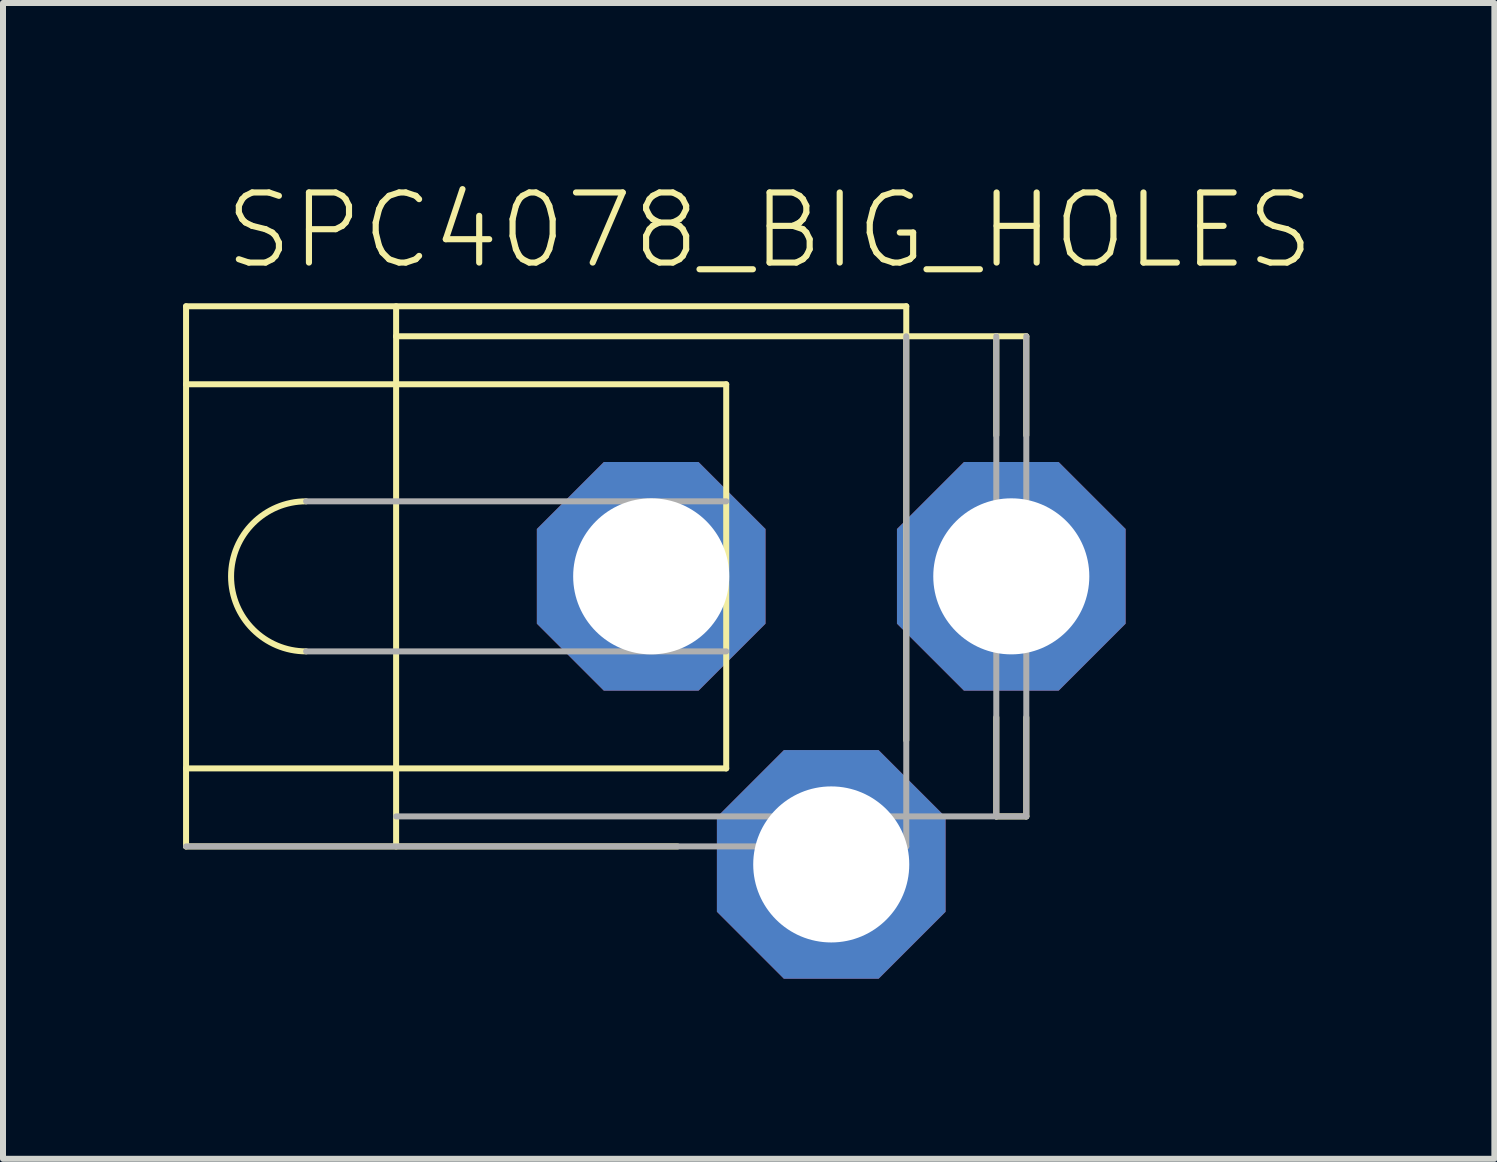
<source format=kicad_pcb>
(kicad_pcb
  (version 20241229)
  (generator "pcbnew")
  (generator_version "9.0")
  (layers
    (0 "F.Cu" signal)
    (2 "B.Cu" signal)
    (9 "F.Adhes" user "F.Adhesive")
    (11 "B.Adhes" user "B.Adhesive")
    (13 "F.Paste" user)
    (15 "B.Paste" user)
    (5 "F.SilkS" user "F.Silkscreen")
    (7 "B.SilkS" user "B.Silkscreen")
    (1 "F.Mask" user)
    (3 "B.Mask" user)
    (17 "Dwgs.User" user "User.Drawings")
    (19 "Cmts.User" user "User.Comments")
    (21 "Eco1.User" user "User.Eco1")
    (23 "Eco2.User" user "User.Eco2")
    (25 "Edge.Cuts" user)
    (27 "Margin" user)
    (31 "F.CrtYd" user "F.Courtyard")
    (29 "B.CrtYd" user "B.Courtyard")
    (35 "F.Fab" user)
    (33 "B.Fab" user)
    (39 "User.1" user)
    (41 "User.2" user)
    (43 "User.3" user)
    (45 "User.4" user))
  (footprint "SPC4078_BIG_HOLES"
    (layer "F.Cu")
    (at 8.26 6.553)
    (property "Reference" "SPC4078_BIG_HOLES" (at -7.62 -5.08 0) (unlocked yes) (layer "F.SilkS") (effects (font (size 1.168 1.168) (thickness 0.102)) (justify left bottom)))
    (fp_line (start -8.21 -4.5) (end 3.79 -4.5) (stroke (width 0.1) (type solid)) (layer "F.SilkS"))
    (fp_line (start -8.21 -3.2) (end -8.21 -4.5) (stroke (width 0.1) (type solid)) (layer "F.SilkS"))
    (fp_line (start -8.21 -3.2) (end 0.79 -3.2) (stroke (width 0.1) (type solid)) (layer "F.SilkS"))
    (fp_line (start -8.21 3.2) (end -8.21 -3.2) (stroke (width 0.1) (type solid)) (layer "F.SilkS"))
    (fp_line (start -8.21 3.2) (end 0.79 3.2) (stroke (width 0.1) (type solid)) (layer "F.SilkS"))
    (fp_line (start -8.21 4.5) (end -8.21 3.2) (stroke (width 0.1) (type solid)) (layer "F.SilkS"))
    (fp_line (start -8.21 4.5) (end -0.02 4.5) (stroke (width 0.1) (type solid)) (layer "F.SilkS"))
    (fp_line (start -4.71 -4) (end -4.71 -4.5) (stroke (width 0.1) (type solid)) (layer "F.SilkS"))
    (fp_line (start -4.71 -4) (end 3.79 -4) (stroke (width 0.1) (type solid)) (layer "F.SilkS"))
    (fp_line (start -4.71 4.5) (end -4.71 -4) (stroke (width 0.1) (type solid)) (layer "F.SilkS"))
    (fp_line (start 0.79 3.2) (end 0.79 -3.2) (stroke (width 0.1) (type solid)) (layer "F.SilkS"))
    (fp_line (start 3.79 -4) (end 3.79 -4.5) (stroke (width 0.1) (type solid)) (layer "F.SilkS"))
    (fp_line (start 3.79 -4) (end 5.29 -4) (stroke (width 0.1) (type solid)) (layer "F.SilkS"))
    (fp_line (start 3.79 2.73) (end 3.79 -4) (stroke (width 0.1) (type solid)) (layer "F.SilkS"))
    (fp_line (start 5.29 -4) (end 5.79 -4) (stroke (width 0.1) (type solid)) (layer "F.SilkS"))
    (fp_line (start 5.29 -2.35) (end 5.29 -4) (stroke (width 0.1) (type solid)) (layer "F.SilkS"))
    (fp_line (start 5.29 4) (end 5.29 2.35) (stroke (width 0.1) (type solid)) (layer "F.SilkS"))
    (fp_line (start 5.29 4) (end 5.79 4) (stroke (width 0.1) (type solid)) (layer "F.SilkS"))
    (fp_line (start 5.79 -2.35) (end 5.79 -4) (stroke (width 0.1) (type solid)) (layer "F.SilkS"))
    (fp_line (start 5.79 4) (end 5.79 2.35) (stroke (width 0.1) (type solid)) (layer "F.SilkS"))
    (fp_arc (start -6.21 1.25) (mid -7.46 0) (end -6.21 -1.25) (stroke (width 0.1) (type solid)) (layer "F.SilkS"))
    (fp_line (start -8.21 4.5) (end 3.79 4.5) (stroke (width 0.1) (type solid)) (layer "F.Fab"))
    (fp_line (start -6.21 -1.25) (end 0.79 -1.25) (stroke (width 0.1) (type solid)) (layer "F.Fab"))
    (fp_line (start -6.21 1.25) (end 0.79 1.25) (stroke (width 0.1) (type solid)) (layer "F.Fab"))
    (fp_line (start -4.71 4) (end 3.79 4) (stroke (width 0.1) (type solid)) (layer "F.Fab"))
    (fp_line (start 3.79 4) (end 3.79 -4) (stroke (width 0.1) (type solid)) (layer "F.Fab"))
    (fp_line (start 3.79 4) (end 5.29 4) (stroke (width 0.1) (type solid)) (layer "F.Fab"))
    (fp_line (start 3.79 4.5) (end 3.79 4) (stroke (width 0.1) (type solid)) (layer "F.Fab"))
    (fp_line (start 5.29 4) (end 5.29 -4) (stroke (width 0.1) (type solid)) (layer "F.Fab"))
    (fp_line (start 5.29 4) (end 5.79 4) (stroke (width 0.1) (type solid)) (layer "F.Fab"))
    (fp_line (start 5.79 4) (end 5.79 -4) (stroke (width 0.1) (type solid)) (layer "F.Fab"))
    (pad "1" thru_hole roundrect (at -0.46 0 90) (size 3.81 3.81) (drill 2.6) (layers "*.Cu" "*.Mask") (roundrect_rratio 0.25) (chamfer_ratio 0.293) (chamfer top_left top_right bottom_left bottom_right))
    (pad "2" thru_hole roundrect (at 2.54 4.8) (size 3.81 3.81) (drill 2.6) (layers "*.Cu" "*.Mask") (roundrect_rratio 0.25) (chamfer_ratio 0.293) (chamfer top_left top_right bottom_left bottom_right))
    (pad "3" thru_hole roundrect (at 5.54 0 90) (size 3.81 3.81) (drill 2.6) (layers "*.Cu" "*.Mask") (roundrect_rratio 0.25) (chamfer_ratio 0.293) (chamfer top_left top_right bottom_left bottom_right)))
  (gr_rect
    (start -3 -3)
    (end 21.849 16.258)
    (stroke (width 0.1) (type default))
    (fill no)
    (layer "Edge.Cuts")))
</source>
